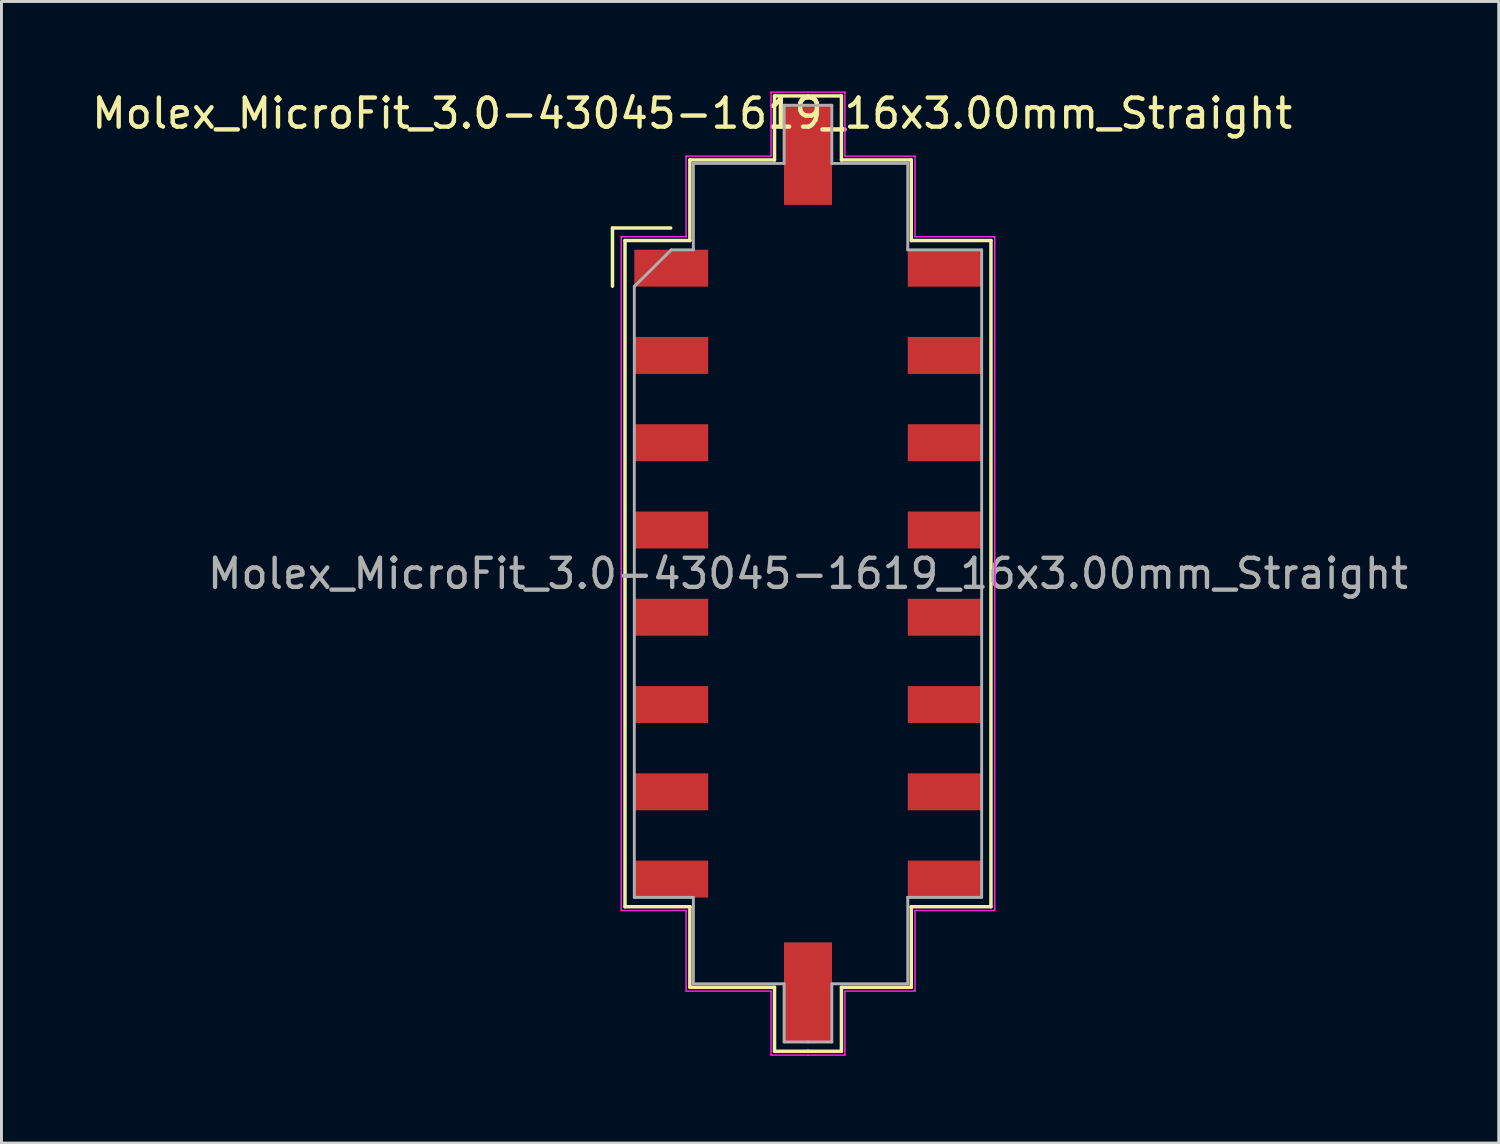
<source format=kicad_pcb>
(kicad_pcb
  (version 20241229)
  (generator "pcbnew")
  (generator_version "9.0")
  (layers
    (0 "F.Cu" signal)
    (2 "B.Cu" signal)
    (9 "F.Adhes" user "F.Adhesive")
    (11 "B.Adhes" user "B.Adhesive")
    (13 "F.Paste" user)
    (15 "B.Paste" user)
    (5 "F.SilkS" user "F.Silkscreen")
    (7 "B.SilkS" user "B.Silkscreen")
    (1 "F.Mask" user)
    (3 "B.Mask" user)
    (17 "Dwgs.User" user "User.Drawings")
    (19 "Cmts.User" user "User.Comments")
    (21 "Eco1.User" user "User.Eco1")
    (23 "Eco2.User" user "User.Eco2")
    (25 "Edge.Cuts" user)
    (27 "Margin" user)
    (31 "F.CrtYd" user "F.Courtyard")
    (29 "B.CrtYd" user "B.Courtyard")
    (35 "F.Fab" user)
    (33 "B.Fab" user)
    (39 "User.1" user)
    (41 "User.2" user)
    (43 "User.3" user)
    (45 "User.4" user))
  (footprint "Molex_MicroFit_3.0-43045-1619_16x3.00mm_Straight"
    (layer "F.Cu")
    (at 24.724 16.668)
    (property "Reference" "Molex_MicroFit_3.0-43045-1619_16x3.00mm_Straight" (at -3.98 -15.82 0) (layer "F.SilkS") (effects (font (size 1 1) (thickness 0.15))))
    (attr smd)
    (fp_line (start -6.72 -11.88) (end -6.72 -9.88) (stroke (width 0.12) (type solid)) (layer "F.SilkS"))
    (fp_line (start -6.29 -11.45) (end -4.06 -11.45) (stroke (width 0.12) (type solid)) (layer "F.SilkS"))
    (fp_line (start -6.29 11.45) (end -6.29 -11.45) (stroke (width 0.12) (type solid)) (layer "F.SilkS"))
    (fp_line (start -4.72 -11.88) (end -6.72 -11.88) (stroke (width 0.12) (type solid)) (layer "F.SilkS"))
    (fp_line (start -4.06 -14.22) (end -4.06 -14.22) (stroke (width 0.12) (type solid)) (layer "F.SilkS"))
    (fp_line (start -4.06 -14.22) (end -1.15 -14.22) (stroke (width 0.12) (type solid)) (layer "F.SilkS"))
    (fp_line (start -4.06 -11.45) (end -4.06 -14.22) (stroke (width 0.12) (type solid)) (layer "F.SilkS"))
    (fp_line (start -4.06 11.45) (end -6.29 11.45) (stroke (width 0.12) (type solid)) (layer "F.SilkS"))
    (fp_line (start -4.06 14.22) (end -4.06 11.45) (stroke (width 0.12) (type solid)) (layer "F.SilkS"))
    (fp_line (start -1.15 -16.42) (end 0 -16.42) (stroke (width 0.12) (type solid)) (layer "F.SilkS"))
    (fp_line (start -1.15 -14.22) (end -1.15 -16.42) (stroke (width 0.12) (type solid)) (layer "F.SilkS"))
    (fp_line (start -1.15 14.22) (end -4.06 14.22) (stroke (width 0.12) (type solid)) (layer "F.SilkS"))
    (fp_line (start -1.15 16.42) (end -1.15 14.22) (stroke (width 0.12) (type solid)) (layer "F.SilkS"))
    (fp_line (start 0 -16.42) (end 1.15 -16.42) (stroke (width 0.12) (type solid)) (layer "F.SilkS"))
    (fp_line (start 0 16.42) (end -1.15 16.42) (stroke (width 0.12) (type solid)) (layer "F.SilkS"))
    (fp_line (start 1.15 -16.42) (end 1.15 -14.22) (stroke (width 0.12) (type solid)) (layer "F.SilkS"))
    (fp_line (start 1.15 -14.22) (end 3.55 -14.22) (stroke (width 0.12) (type solid)) (layer "F.SilkS"))
    (fp_line (start 1.15 14.22) (end 1.15 16.42) (stroke (width 0.12) (type solid)) (layer "F.SilkS"))
    (fp_line (start 1.15 16.42) (end 0 16.42) (stroke (width 0.12) (type solid)) (layer "F.SilkS"))
    (fp_line (start 3.55 -14.22) (end 3.55 -11.45) (stroke (width 0.12) (type solid)) (layer "F.SilkS"))
    (fp_line (start 3.55 -11.45) (end 6.29 -11.45) (stroke (width 0.12) (type solid)) (layer "F.SilkS"))
    (fp_line (start 3.55 11.45) (end 3.55 11.45) (stroke (width 0.12) (type solid)) (layer "F.SilkS"))
    (fp_line (start 3.55 11.45) (end 3.55 14.22) (stroke (width 0.12) (type solid)) (layer "F.SilkS"))
    (fp_line (start 3.55 14.22) (end 1.15 14.22) (stroke (width 0.12) (type solid)) (layer "F.SilkS"))
    (fp_line (start 6.29 -11.45) (end 6.29 11.45) (stroke (width 0.12) (type solid)) (layer "F.SilkS"))
    (fp_line (start 6.29 11.45) (end 3.55 11.45) (stroke (width 0.12) (type solid)) (layer "F.SilkS"))
    (fp_line (start -6.42 -11.58) (end -4.19 -11.58) (stroke (width 0.05) (type solid)) (layer "F.CrtYd"))
    (fp_line (start -6.42 11.58) (end -6.42 -11.58) (stroke (width 0.05) (type solid)) (layer "F.CrtYd"))
    (fp_line (start -4.19 -14.35) (end -4.19 -14.35) (stroke (width 0.05) (type solid)) (layer "F.CrtYd"))
    (fp_line (start -4.19 -14.35) (end -1.27 -14.35) (stroke (width 0.05) (type solid)) (layer "F.CrtYd"))
    (fp_line (start -4.19 -11.58) (end -4.19 -14.35) (stroke (width 0.05) (type solid)) (layer "F.CrtYd"))
    (fp_line (start -4.19 11.58) (end -6.42 11.58) (stroke (width 0.05) (type solid)) (layer "F.CrtYd"))
    (fp_line (start -4.19 14.35) (end -4.19 11.58) (stroke (width 0.05) (type solid)) (layer "F.CrtYd"))
    (fp_line (start -1.27 -16.55) (end 0 -16.55) (stroke (width 0.05) (type solid)) (layer "F.CrtYd"))
    (fp_line (start -1.27 -14.35) (end -1.27 -16.55) (stroke (width 0.05) (type solid)) (layer "F.CrtYd"))
    (fp_line (start -1.27 14.35) (end -4.19 14.35) (stroke (width 0.05) (type solid)) (layer "F.CrtYd"))
    (fp_line (start -1.27 16.55) (end -1.27 14.35) (stroke (width 0.05) (type solid)) (layer "F.CrtYd"))
    (fp_line (start 0 -16.55) (end 1.27 -16.55) (stroke (width 0.05) (type solid)) (layer "F.CrtYd"))
    (fp_line (start 0 16.55) (end -1.27 16.55) (stroke (width 0.05) (type solid)) (layer "F.CrtYd"))
    (fp_line (start 1.27 -16.55) (end 1.27 -14.35) (stroke (width 0.05) (type solid)) (layer "F.CrtYd"))
    (fp_line (start 1.27 -14.35) (end 3.68 -14.35) (stroke (width 0.05) (type solid)) (layer "F.CrtYd"))
    (fp_line (start 1.27 14.35) (end 1.27 16.55) (stroke (width 0.05) (type solid)) (layer "F.CrtYd"))
    (fp_line (start 1.27 16.55) (end 0 16.55) (stroke (width 0.05) (type solid)) (layer "F.CrtYd"))
    (fp_line (start 3.68 -14.35) (end 3.68 -11.58) (stroke (width 0.05) (type solid)) (layer "F.CrtYd"))
    (fp_line (start 3.68 -11.58) (end 6.42 -11.58) (stroke (width 0.05) (type solid)) (layer "F.CrtYd"))
    (fp_line (start 3.68 11.58) (end 3.68 11.58) (stroke (width 0.05) (type solid)) (layer "F.CrtYd"))
    (fp_line (start 3.68 11.58) (end 3.68 14.35) (stroke (width 0.05) (type solid)) (layer "F.CrtYd"))
    (fp_line (start 3.68 14.35) (end 1.27 14.35) (stroke (width 0.05) (type solid)) (layer "F.CrtYd"))
    (fp_line (start 6.42 -11.58) (end 6.42 11.58) (stroke (width 0.05) (type solid)) (layer "F.CrtYd"))
    (fp_line (start 6.42 11.58) (end 3.68 11.58) (stroke (width 0.05) (type solid)) (layer "F.CrtYd"))
    (fp_line (start -5.97 -9.87) (end -4.7 -11.13) (stroke (width 0.1) (type solid)) (layer "F.Fab"))
    (fp_line (start -5.97 11.13) (end -5.97 -9.87) (stroke (width 0.1) (type solid)) (layer "F.Fab"))
    (fp_line (start -4.7 -11.13) (end -3.94 -11.13) (stroke (width 0.1) (type solid)) (layer "F.Fab"))
    (fp_line (start -3.94 -14.1) (end -3.94 -14.1) (stroke (width 0.1) (type solid)) (layer "F.Fab"))
    (fp_line (start -3.94 -14.1) (end -0.82 -14.1) (stroke (width 0.1) (type solid)) (layer "F.Fab"))
    (fp_line (start -3.94 -11.13) (end -3.94 -14.1) (stroke (width 0.1) (type solid)) (layer "F.Fab"))
    (fp_line (start -3.94 11.13) (end -5.97 11.13) (stroke (width 0.1) (type solid)) (layer "F.Fab"))
    (fp_line (start -3.94 14.1) (end -3.94 11.13) (stroke (width 0.1) (type solid)) (layer "F.Fab"))
    (fp_line (start -0.82 -16.1) (end 0 -16.1) (stroke (width 0.1) (type solid)) (layer "F.Fab"))
    (fp_line (start -0.82 -14.1) (end -0.82 -16.1) (stroke (width 0.1) (type solid)) (layer "F.Fab"))
    (fp_line (start -0.82 14.1) (end -3.94 14.1) (stroke (width 0.1) (type solid)) (layer "F.Fab"))
    (fp_line (start -0.82 16.1) (end -0.82 14.1) (stroke (width 0.1) (type solid)) (layer "F.Fab"))
    (fp_line (start 0 -16.1) (end 0.82 -16.1) (stroke (width 0.1) (type solid)) (layer "F.Fab"))
    (fp_line (start 0 16.1) (end -0.82 16.1) (stroke (width 0.1) (type solid)) (layer "F.Fab"))
    (fp_line (start 0.82 -16.1) (end 0.82 -14.1) (stroke (width 0.1) (type solid)) (layer "F.Fab"))
    (fp_line (start 0.82 -14.1) (end 3.43 -14.1) (stroke (width 0.1) (type solid)) (layer "F.Fab"))
    (fp_line (start 0.82 14.1) (end 0.82 16.1) (stroke (width 0.1) (type solid)) (layer "F.Fab"))
    (fp_line (start 0.82 16.1) (end 0 16.1) (stroke (width 0.1) (type solid)) (layer "F.Fab"))
    (fp_line (start 3.43 -14.1) (end 3.43 -11.13) (stroke (width 0.1) (type solid)) (layer "F.Fab"))
    (fp_line (start 3.43 -11.13) (end 5.97 -11.13) (stroke (width 0.1) (type solid)) (layer "F.Fab"))
    (fp_line (start 3.43 11.13) (end 3.43 11.13) (stroke (width 0.1) (type solid)) (layer "F.Fab"))
    (fp_line (start 3.43 11.13) (end 3.43 14.1) (stroke (width 0.1) (type solid)) (layer "F.Fab"))
    (fp_line (start 3.43 14.1) (end 0.82 14.1) (stroke (width 0.1) (type solid)) (layer "F.Fab"))
    (fp_line (start 5.97 -11.13) (end 5.97 11.13) (stroke (width 0.1) (type solid)) (layer "F.Fab"))
    (fp_line (start 5.97 11.13) (end 3.43 11.13) (stroke (width 0.1) (type solid)) (layer "F.Fab"))
    (fp_text user "${REFERENCE}" (at 0 0 0) (layer "F.Fab") (effects (font (size 1 1) (thickness 0.15))))
    (pad "" smd rect (at 0 -14.39) (size 1.65 3.43) (layers "F.Cu" "F.Mask" "F.Paste"))
    (pad "" smd rect (at 0 14.39) (size 1.65 3.43) (layers "F.Cu" "F.Mask" "F.Paste"))
    (pad "1" smd rect (at -4.7 -10.5) (size 2.54 1.27) (layers "F.Cu" "F.Mask" "F.Paste"))
    (pad "2" smd rect (at -4.7 -7.5) (size 2.54 1.27) (layers "F.Cu" "F.Mask" "F.Paste"))
    (pad "3" smd rect (at -4.7 -4.5) (size 2.54 1.27) (layers "F.Cu" "F.Mask" "F.Paste"))
    (pad "4" smd rect (at -4.7 -1.5) (size 2.54 1.27) (layers "F.Cu" "F.Mask" "F.Paste"))
    (pad "5" smd rect (at -4.7 1.5) (size 2.54 1.27) (layers "F.Cu" "F.Mask" "F.Paste"))
    (pad "6" smd rect (at -4.7 4.5) (size 2.54 1.27) (layers "F.Cu" "F.Mask" "F.Paste"))
    (pad "7" smd rect (at -4.7 7.5) (size 2.54 1.27) (layers "F.Cu" "F.Mask" "F.Paste"))
    (pad "8" smd rect (at -4.7 10.5) (size 2.54 1.27) (layers "F.Cu" "F.Mask" "F.Paste"))
    (pad "9" smd rect (at 4.7 10.5) (size 2.54 1.27) (layers "F.Cu" "F.Mask" "F.Paste"))
    (pad "10" smd rect (at 4.7 7.5) (size 2.54 1.27) (layers "F.Cu" "F.Mask" "F.Paste"))
    (pad "11" smd rect (at 4.7 4.5) (size 2.54 1.27) (layers "F.Cu" "F.Mask" "F.Paste"))
    (pad "12" smd rect (at 4.7 1.5) (size 2.54 1.27) (layers "F.Cu" "F.Mask" "F.Paste"))
    (pad "13" smd rect (at 4.7 -1.5) (size 2.54 1.27) (layers "F.Cu" "F.Mask" "F.Paste"))
    (pad "14" smd rect (at 4.7 -4.5) (size 2.54 1.27) (layers "F.Cu" "F.Mask" "F.Paste"))
    (pad "15" smd rect (at 4.7 -7.5) (size 2.54 1.27) (layers "F.Cu" "F.Mask" "F.Paste"))
    (pad "16" smd rect (at 4.7 -10.5) (size 2.54 1.27) (layers "F.Cu" "F.Mask" "F.Paste")))
  (gr_rect
    (start -3 -3)
    (end 48.468 36.243)
    (stroke (width 0.1) (type default))
    (fill no)
    (layer "Edge.Cuts")))
</source>
